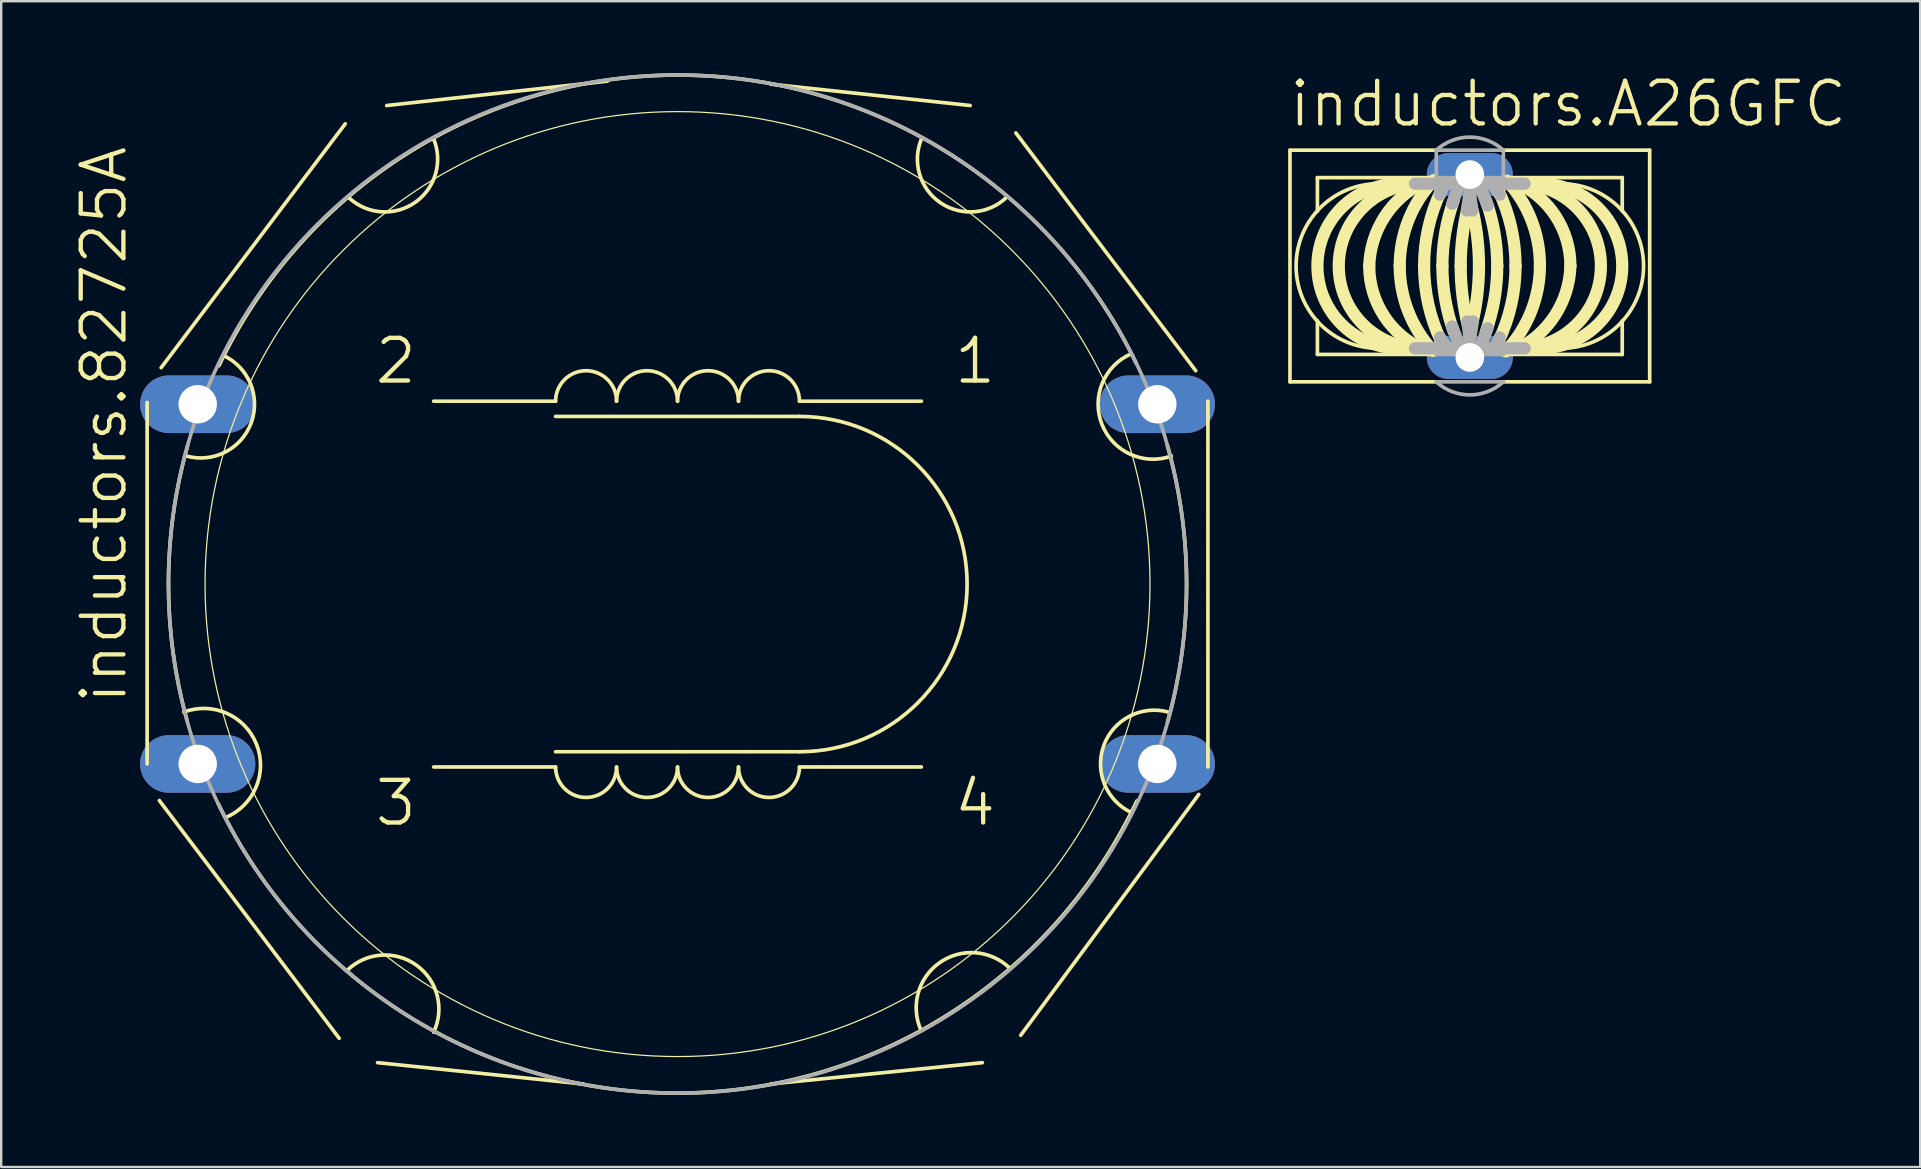
<source format=kicad_pcb>
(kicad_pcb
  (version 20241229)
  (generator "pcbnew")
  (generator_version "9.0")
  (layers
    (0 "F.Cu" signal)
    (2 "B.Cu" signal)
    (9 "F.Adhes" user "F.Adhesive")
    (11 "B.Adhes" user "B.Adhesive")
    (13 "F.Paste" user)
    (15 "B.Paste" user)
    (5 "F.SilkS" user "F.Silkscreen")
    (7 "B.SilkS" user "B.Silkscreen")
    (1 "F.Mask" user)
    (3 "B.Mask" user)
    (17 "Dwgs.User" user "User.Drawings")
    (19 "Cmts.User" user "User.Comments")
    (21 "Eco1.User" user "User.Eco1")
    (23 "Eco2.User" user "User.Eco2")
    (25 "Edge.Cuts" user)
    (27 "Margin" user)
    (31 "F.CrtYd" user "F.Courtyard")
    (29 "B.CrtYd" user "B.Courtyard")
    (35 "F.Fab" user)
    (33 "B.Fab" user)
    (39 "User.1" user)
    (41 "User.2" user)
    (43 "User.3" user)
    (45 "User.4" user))
  (footprint "inductors.A26GFC"
    (layer "F.Cu")
    (at 58.188 8.033)
    (property "Reference" "inductors.A26GFC" (at -7.62 -5.715 0) (layer "F.SilkS") (effects (font (size 1.778 1.778) (thickness 0.18)) (justify left bottom)))
    (attr through_hole)
    (fp_line (start -7.493 4.826) (end -7.493 -4.826) (stroke (width 0.152) (type default)) (layer "F.SilkS"))
    (fp_line (start -7.493 4.826) (end -1.397 4.826) (stroke (width 0.152) (type default)) (layer "F.SilkS"))
    (fp_line (start -6.35 -2.286) (end -6.35 -3.683) (stroke (width 0.152) (type default)) (layer "F.SilkS"))
    (fp_line (start -6.35 3.683) (end -6.35 2.286) (stroke (width 0.152) (type default)) (layer "F.SilkS"))
    (fp_line (start -6.35 3.683) (end -1.397 3.683) (stroke (width 0.152) (type default)) (layer "F.SilkS"))
    (fp_line (start -1.397 -4.826) (end -7.493 -4.826) (stroke (width 0.152) (type default)) (layer "F.SilkS"))
    (fp_line (start -1.397 -3.683) (end -6.35 -3.683) (stroke (width 0.152) (type default)) (layer "F.SilkS"))
    (fp_line (start 1.397 3.683) (end 6.35 3.683) (stroke (width 0.152) (type default)) (layer "F.SilkS"))
    (fp_line (start 1.397 4.826) (end 7.493 4.826) (stroke (width 0.152) (type default)) (layer "F.SilkS"))
    (fp_line (start 6.35 -3.683) (end 1.397 -3.683) (stroke (width 0.152) (type default)) (layer "F.SilkS"))
    (fp_line (start 6.35 -2.286) (end 6.35 -3.683) (stroke (width 0.152) (type default)) (layer "F.SilkS"))
    (fp_line (start 6.35 3.683) (end 6.35 2.286) (stroke (width 0.152) (type default)) (layer "F.SilkS"))
    (fp_line (start 7.493 -4.826) (end 1.397 -4.826) (stroke (width 0.152) (type default)) (layer "F.SilkS"))
    (fp_line (start 7.493 -4.826) (end 7.493 4.826) (stroke (width 0.152) (type default)) (layer "F.SilkS"))
    (fp_arc (start -4.191 0) (mid -3.546045 -2.058601) (end -1.9288 -3.4863) (stroke (width 0.508) (type default)) (layer "F.SilkS"))
    (fp_arc (start -3.81 3.429) (mid -7.239 0) (end -3.81 -3.429) (stroke (width 0.1524) (type default)) (layer "F.SilkS"))
    (fp_arc (start -2.921 0) (mid -2.551108 -1.927471) (end -1.494 -3.5811) (stroke (width 0.508) (type default)) (layer "F.SilkS"))
    (fp_arc (start -2.921 3.429) (mid -6.35 0) (end -2.921 -3.429) (stroke (width 0.508) (type default)) (layer "F.SilkS"))
    (fp_arc (start -2.032 3.429) (mid -5.461 0) (end -2.032 -3.429) (stroke (width 0.508) (type default)) (layer "F.SilkS"))
    (fp_arc (start -1.905 0) (mid -1.725145 -1.6092) (end -1.1945 -3.139) (stroke (width 0.508) (type default)) (layer "F.SilkS"))
    (fp_arc (start -1.9001 3.494) (mid -3.567195 2.089025) (end -4.191 0) (stroke (width 0.508) (type default)) (layer "F.SilkS"))
    (fp_arc (start -1.5401 3.5318) (mid -2.563498 1.896079) (end -2.921 0) (stroke (width 0.508) (type default)) (layer "F.SilkS"))
    (fp_arc (start -1.1945 3.139) (mid -1.725145 1.6092) (end -1.905 0) (stroke (width 0.508) (type default)) (layer "F.SilkS"))
    (fp_arc (start -1.143 0) (mid -1.022988 -1.395881) (end -0.6665 -2.7508) (stroke (width 0.508) (type default)) (layer "F.SilkS"))
    (fp_arc (start -0.6709 2.7384) (mid -1.0241 1.389397) (end -1.143 0) (stroke (width 0.508) (type default)) (layer "F.SilkS"))
    (fp_arc (start -0.381 0) (mid -0.303949 -1.256916) (end -0.0739 -2.495) (stroke (width 0.508) (type default)) (layer "F.SilkS"))
    (fp_arc (start -0.065 2.53) (mid -0.301687 1.274828) (end -0.381 0) (stroke (width 0.508) (type default)) (layer "F.SilkS"))
    (fp_arc (start 0.065 -2.53) (mid 0.301687 -1.274828) (end 0.381 0) (stroke (width 0.508) (type default)) (layer "F.SilkS"))
    (fp_arc (start 0.381 0) (mid 0.303949 1.256916) (end 0.0739 2.495) (stroke (width 0.508) (type default)) (layer "F.SilkS"))
    (fp_arc (start 0.6709 -2.7384) (mid 1.0241 -1.389397) (end 1.143 0) (stroke (width 0.508) (type default)) (layer "F.SilkS"))
    (fp_arc (start 1.143 0) (mid 1.022988 1.395881) (end 0.6665 2.7508) (stroke (width 0.508) (type default)) (layer "F.SilkS"))
    (fp_arc (start 1.1945 -3.139) (mid 1.725145 -1.6092) (end 1.905 0) (stroke (width 0.508) (type default)) (layer "F.SilkS"))
    (fp_arc (start 1.5401 -3.5572) (mid 2.563498 -1.921479) (end 2.921 -0.0254) (stroke (width 0.508) (type default)) (layer "F.SilkS"))
    (fp_arc (start 1.9001 -3.494) (mid 3.567153 -2.089015) (end 4.1909 0) (stroke (width 0.508) (type default)) (layer "F.SilkS"))
    (fp_arc (start 1.905 0) (mid 1.725145 1.6092) (end 1.1945 3.139) (stroke (width 0.508) (type default)) (layer "F.SilkS"))
    (fp_arc (start 2.032 -3.429) (mid 5.461 0) (end 2.032 3.429) (stroke (width 0.508) (type default)) (layer "F.SilkS"))
    (fp_arc (start 2.921 -3.429) (mid 6.35 0) (end 2.921 3.429) (stroke (width 0.508) (type default)) (layer "F.SilkS"))
    (fp_arc (start 2.921 -0.0254) (mid 2.551108 1.902071) (end 1.494 3.5557) (stroke (width 0.508) (type default)) (layer "F.SilkS"))
    (fp_arc (start 3.81 -3.429) (mid 7.239 0) (end 3.81 3.429) (stroke (width 0.1524) (type default)) (layer "F.SilkS"))
    (fp_arc (start 4.191 0) (mid 3.546045 2.058601) (end 1.9288 3.4863) (stroke (width 0.508) (type default)) (layer "F.SilkS"))
    (fp_line (start -2.286 -3.429) (end 2.286 -3.429) (stroke (width 0.508) (type default)) (layer "F.Fab"))
    (fp_line (start -1.397 -4.826) (end -1.397 -3.683) (stroke (width 0.152) (type default)) (layer "F.Fab"))
    (fp_line (start -1.397 3.683) (end 1.397 3.683) (stroke (width 0.152) (type default)) (layer "F.Fab"))
    (fp_line (start -1.397 4.826) (end 1.397 4.826) (stroke (width 0.152) (type default)) (layer "F.Fab"))
    (fp_line (start -1.245 -2.972) (end -1.092 -3.302) (stroke (width 0.508) (type default)) (layer "F.Fab"))
    (fp_line (start -1.245 2.972) (end -1.016 3.302) (stroke (width 0.508) (type default)) (layer "F.Fab"))
    (fp_line (start -0.737 -2.591) (end -0.508 -3.2) (stroke (width 0.508) (type default)) (layer "F.Fab"))
    (fp_line (start -0.737 2.515) (end -0.483 3.175) (stroke (width 0.508) (type default)) (layer "F.Fab"))
    (fp_line (start -0.127 -2.311) (end 0 -3.124) (stroke (width 0.508) (type default)) (layer "F.Fab"))
    (fp_line (start 0 -3.124) (end 0.102 -2.311) (stroke (width 0.508) (type default)) (layer "F.Fab"))
    (fp_line (start 0 3.124) (end -0.102 2.311) (stroke (width 0.508) (type default)) (layer "F.Fab"))
    (fp_line (start 0.127 2.311) (end 0 3.124) (stroke (width 0.508) (type default)) (layer "F.Fab"))
    (fp_line (start 0.737 -2.515) (end 0.483 -3.175) (stroke (width 0.508) (type default)) (layer "F.Fab"))
    (fp_line (start 0.737 2.591) (end 0.508 3.2) (stroke (width 0.508) (type default)) (layer "F.Fab"))
    (fp_line (start 1.245 -2.972) (end 1.016 -3.302) (stroke (width 0.508) (type default)) (layer "F.Fab"))
    (fp_line (start 1.245 2.972) (end 1.092 3.302) (stroke (width 0.508) (type default)) (layer "F.Fab"))
    (fp_line (start 1.397 -4.826) (end -1.397 -4.826) (stroke (width 0.152) (type default)) (layer "F.Fab"))
    (fp_line (start 1.397 -4.826) (end 1.397 -3.683) (stroke (width 0.152) (type default)) (layer "F.Fab"))
    (fp_line (start 1.397 -3.683) (end -1.397 -3.683) (stroke (width 0.152) (type default)) (layer "F.Fab"))
    (fp_line (start 2.286 3.429) (end -2.286 3.429) (stroke (width 0.508) (type default)) (layer "F.Fab"))
    (fp_arc (start -1.4023 -4.8211) (mid -0.003575 -5.369469) (end 1.3971 -4.8261) (stroke (width 0.1524) (type default)) (layer "F.Fab"))
    (fp_arc (start 1.4022 4.821) (mid 0.003575 5.369327) (end -1.397 4.826) (stroke (width 0.1524) (type default)) (layer "F.Fab"))
    (pad "1" thru_hole oval (at 0 -3.81) (size 3.581 1.791) (drill 1.194) (layers "*.Cu" "*.Mask"))
    (pad "2" thru_hole oval (at 0 3.81) (size 3.581 1.791) (drill 1.194) (layers "*.Cu" "*.Mask")))
  (footprint "inductors.82725A"
    (layer "F.Cu")
    (at 25.178 21.285)
    (property "Reference" "inductors.82725A" (at -22.86 5.08 90) (layer "F.SilkS") (effects (font (size 1.778 1.778) (thickness 0.18)) (justify left bottom)))
    (attr through_hole)
    (fp_line (start -22.098 -7.569) (end -22.098 7.493) (stroke (width 0.152) (type default)) (layer "F.SilkS"))
    (fp_line (start -14.097 18.923) (end -21.59 9.017) (stroke (width 0.152) (type default)) (layer "F.SilkS"))
    (fp_line (start -13.843 -19.177) (end -21.514 -9.017) (stroke (width 0.152) (type default)) (layer "F.SilkS"))
    (fp_line (start -5.08 -7.62) (end -10.16 -7.62) (stroke (width 0.152) (type default)) (layer "F.SilkS"))
    (fp_line (start -5.08 -6.985) (end 5.08 -6.985) (stroke (width 0.152) (type default)) (layer "F.SilkS"))
    (fp_line (start -5.08 6.985) (end 5.08 6.985) (stroke (width 0.152) (type default)) (layer "F.SilkS"))
    (fp_line (start -5.08 7.62) (end -10.16 7.62) (stroke (width 0.152) (type default)) (layer "F.SilkS"))
    (fp_line (start -3.937 20.828) (end -12.497 19.939) (stroke (width 0.152) (type default)) (layer "F.SilkS"))
    (fp_line (start -2.921 -20.955) (end -12.116 -19.939) (stroke (width 0.152) (type default)) (layer "F.SilkS"))
    (fp_line (start 5.08 -7.62) (end 10.16 -7.62) (stroke (width 0.152) (type default)) (layer "F.SilkS"))
    (fp_line (start 5.08 7.62) (end 10.16 7.62) (stroke (width 0.152) (type default)) (layer "F.SilkS"))
    (fp_line (start 12.192 -19.939) (end 3.886 -20.828) (stroke (width 0.152) (type default)) (layer "F.SilkS"))
    (fp_line (start 12.7 19.939) (end 3.886 20.828) (stroke (width 0.152) (type default)) (layer "F.SilkS"))
    (fp_line (start 14.097 -18.796) (end 21.59 -8.89) (stroke (width 0.152) (type default)) (layer "F.SilkS"))
    (fp_line (start 21.717 8.763) (end 14.3 18.796) (stroke (width 0.152) (type default)) (layer "F.SilkS"))
    (fp_line (start 22.098 -7.62) (end 22.098 7.62) (stroke (width 0.152) (type default)) (layer "F.SilkS"))
    (fp_arc (start -21.209 0) (mid -21.00868 -2.908117) (end -20.4115 -5.7613) (stroke (width 0.1524) (type default)) (layer "F.SilkS"))
    (fp_arc (start -20.574 5.334) (mid -17.541457 6.666372) (end -18.82 9.722) (stroke (width 0.1524) (type default)) (layer "F.SilkS"))
    (fp_arc (start -20.4371 5.6697) (mid -21.015132 2.861001) (end -21.209 0) (stroke (width 0.1524) (type default)) (layer "F.SilkS"))
    (fp_arc (start -19.1076 -9.0983) (mid -11.303297 -17.913911) (end 0 -21.209) (stroke (width 0.1524) (type default)) (layer "F.SilkS"))
    (fp_arc (start -18.9231 -9.5249) (mid -17.758804 -6.727942) (end -20.4476 -5.3319) (stroke (width 0.1524) (type default)) (layer "F.SilkS"))
    (fp_arc (start -13.7564 16.0872) (mid -10.880111 15.876342) (end -10.16 18.669) (stroke (width 0.1524) (type default)) (layer "F.SilkS"))
    (fp_arc (start -10.16 -18.542) (mid -10.928986 -15.904791) (end -13.6706 -16.0773) (stroke (width 0.1524) (type default)) (layer "F.SilkS"))
    (fp_arc (start -5.08 -7.62) (mid -3.81 -8.89) (end -2.54 -7.62) (stroke (width 0.1524) (type default)) (layer "F.SilkS"))
    (fp_arc (start -2.54 -7.62) (mid -1.27 -8.89) (end 0 -7.62) (stroke (width 0.1524) (type default)) (layer "F.SilkS"))
    (fp_arc (start -2.54 7.62) (mid -3.81 8.89) (end -5.08 7.62) (stroke (width 0.1524) (type default)) (layer "F.SilkS"))
    (fp_arc (start 0 -21.209) (mid 11.287943 -17.955578) (end 19.1128 -9.1935) (stroke (width 0.1524) (type default)) (layer "F.SilkS"))
    (fp_arc (start 0 -7.62) (mid 1.27 -8.89) (end 2.54 -7.62) (stroke (width 0.1524) (type default)) (layer "F.SilkS"))
    (fp_arc (start 0 7.62) (mid -1.27 8.89) (end -2.54 7.62) (stroke (width 0.1524) (type default)) (layer "F.SilkS"))
    (fp_arc (start 0 21.209) (mid -11.302314 17.946543) (end -19.1275 9.1629) (stroke (width 0.1524) (type default)) (layer "F.SilkS"))
    (fp_arc (start 2.54 -7.62) (mid 3.81 -8.89) (end 5.08 -7.62) (stroke (width 0.1524) (type default)) (layer "F.SilkS"))
    (fp_arc (start 2.54 7.62) (mid 1.27 8.89) (end 0 7.62) (stroke (width 0.1524) (type default)) (layer "F.SilkS"))
    (fp_arc (start 5.08 -6.985) (mid 12.065 0) (end 5.08 6.985) (stroke (width 0.1524) (type default)) (layer "F.SilkS"))
    (fp_arc (start 5.08 7.62) (mid 3.81 8.89) (end 2.54 7.62) (stroke (width 0.1524) (type default)) (layer "F.SilkS"))
    (fp_arc (start 10.1538 18.6135) (mid 10.914306 15.776485) (end 13.8428 16.0022) (stroke (width 0.1524) (type default)) (layer "F.SilkS"))
    (fp_arc (start 13.7227 -16.126) (mid 10.95837 -15.88447) (end 10.16 -18.542) (stroke (width 0.1524) (type default)) (layer "F.SilkS"))
    (fp_arc (start 18.923 9.525) (mid 17.75855 6.727756) (end 20.4476 5.3315) (stroke (width 0.1524) (type default)) (layer "F.SilkS"))
    (fp_arc (start 19.1374 9.0353) (mid 11.332717 17.895235) (end 0 21.209) (stroke (width 0.1524) (type default)) (layer "F.SilkS"))
    (fp_arc (start 20.4029 -5.7918) (mid 21.006518 -2.923815) (end 21.209 0) (stroke (width 0.1524) (type default)) (layer "F.SilkS"))
    (fp_arc (start 20.5741 -5.3338) (mid 17.682179 -6.65244) (end 18.8943 -9.5906) (stroke (width 0.1524) (type default)) (layer "F.SilkS"))
    (fp_arc (start 21.209 0) (mid 21.008958 2.90611) (end 20.4126 5.7574) (stroke (width 0.1524) (type default)) (layer "F.SilkS"))
    (fp_circle (center 0 0) (end 19.685 0) (stroke (width 0.051) (type default)) (fill no) (layer "F.SilkS"))
    (fp_circle (center 0 0) (end 21.209 0) (stroke (width 0.152) (type default)) (fill no) (layer "F.Fab"))
    (fp_text user "3" (at -12.7 10.16 0) (layer "F.SilkS") (effects (font (size 1.778 1.778) (thickness 0.18)) (justify left bottom)))
    (fp_text user "4" (at 11.43 10.16 0) (layer "F.SilkS") (effects (font (size 1.778 1.778) (thickness 0.18)) (justify left bottom)))
    (fp_text user "1" (at 11.43 -8.255 0) (layer "F.SilkS") (effects (font (size 1.778 1.778) (thickness 0.18)) (justify left bottom)))
    (fp_text user "2" (at -12.7 -8.255 0) (layer "F.SilkS") (effects (font (size 1.778 1.778) (thickness 0.18)) (justify left bottom)))
    (pad "1" thru_hole oval (at 19.99 -7.493) (size 4.801 2.4) (drill 1.6) (layers "*.Cu" "*.Mask"))
    (pad "2" thru_hole oval (at -19.99 -7.493) (size 4.801 2.4) (drill 1.6) (layers "*.Cu" "*.Mask"))
    (pad "3" thru_hole oval (at -19.99 7.493) (size 4.801 2.4) (drill 1.6) (layers "*.Cu" "*.Mask"))
    (pad "4" thru_hole oval (at 19.99 7.493) (size 4.801 2.4) (drill 1.6) (layers "*.Cu" "*.Mask")))
  (gr_rect
    (start -3 -3)
    (end 76.951 45.57)
    (stroke (width 0.1) (type default))
    (fill no)
    (layer "Edge.Cuts")))
</source>
